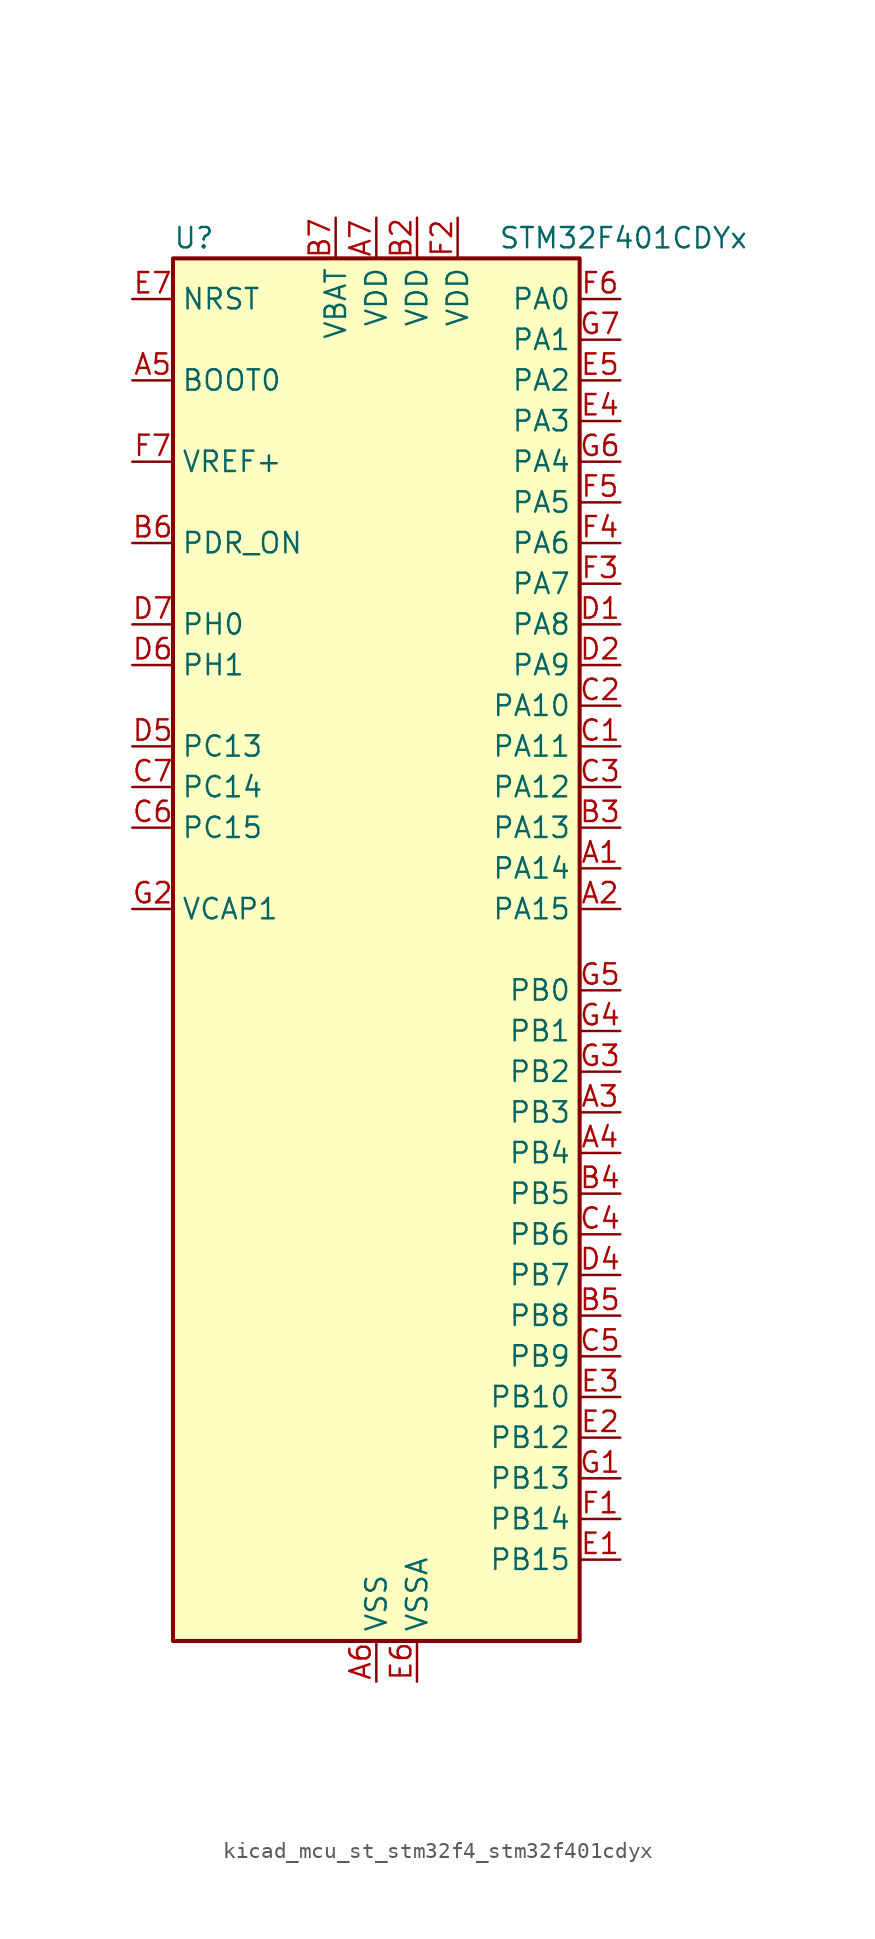
<source format=kicad_sym>
(kicad_symbol_lib
  (version 20220914)
  (generator kicad_symbol_editor)
  (symbol "kicad_mcu_st_stm32f4_stm32f401cdyx"
    (property "Reference" "U"
      (at -12.7 44.45 0)
      (effects (font (size 1.27 1.27)) (justify left)))
    (property "Value" "STM32F401CDYx"
      (at 7.62 44.45 0)
      (effects (font (size 1.27 1.27)) (justify left)))
    (property "ki_locked" ""
      (at 0 0 0)
      (effects (font (size 1.27 1.27))))
    (symbol "kicad_mcu_st_stm32f4_stm32f401cdyx_0_1"
      (rectangle (start -12.7 -43.18) (end 12.7 43.18) (stroke (width 0.254) (type default)) (fill (type background))))
    (symbol "kicad_mcu_st_stm32f4_stm32f401cdyx_1_1"
      (pin bidirectional line (at 15.24 5.08 180) (length 2.54) (name "PA14" (effects (font (size 1.27 1.27)))) (number "A1" (effects (font (size 1.27 1.27)))) (alternate "SYS_JTCK-SWCLK" bidirectional line))
      (pin bidirectional line (at 15.24 2.54 180) (length 2.54) (name "PA15" (effects (font (size 1.27 1.27)))) (number "A2" (effects (font (size 1.27 1.27)))) (alternate "ADC1_EXTI15" bidirectional line) (alternate "I2S3_WS" bidirectional line) (alternate "SPI1_NSS" bidirectional line) (alternate "SPI3_NSS" bidirectional line) (alternate "SYS_JTDI" bidirectional line) (alternate "TIM2_CH1" bidirectional line) (alternate "TIM2_ETR" bidirectional line))
      (pin bidirectional line (at 15.24 -10.16 180) (length 2.54) (name "PB3" (effects (font (size 1.27 1.27)))) (number "A3" (effects (font (size 1.27 1.27)))) (alternate "I2C2_SDA" bidirectional line) (alternate "I2S3_CK" bidirectional line) (alternate "SPI1_SCK" bidirectional line) (alternate "SPI3_SCK" bidirectional line) (alternate "SYS_JTDO-SWO" bidirectional line) (alternate "TIM2_CH2" bidirectional line))
      (pin bidirectional line (at 15.24 -12.7 180) (length 2.54) (name "PB4" (effects (font (size 1.27 1.27)))) (number "A4" (effects (font (size 1.27 1.27)))) (alternate "I2C3_SDA" bidirectional line) (alternate "I2S3_ext_SD" bidirectional line) (alternate "SPI1_MISO" bidirectional line) (alternate "SPI3_MISO" bidirectional line) (alternate "SYS_JTRST" bidirectional line) (alternate "TIM3_CH1" bidirectional line))
      (pin input line (at -15.24 35.56 0) (length 2.54) (name "BOOT0" (effects (font (size 1.27 1.27)))) (number "A5" (effects (font (size 1.27 1.27)))))
      (pin power_in line (at 0 -45.72 90) (length 2.54) (name "VSS" (effects (font (size 1.27 1.27)))) (number "A6" (effects (font (size 1.27 1.27)))))
      (pin power_in line (at 0 45.72 270) (length 2.54) (name "VDD" (effects (font (size 1.27 1.27)))) (number "A7" (effects (font (size 1.27 1.27)))))
      (pin passive line (at 0 -45.72 90) (length 2.54) hide (name "VSS" (effects (font (size 1.27 1.27)))) (number "B1" (effects (font (size 1.27 1.27)))))
      (pin power_in line (at 2.54 45.72 270) (length 2.54) (name "VDD" (effects (font (size 1.27 1.27)))) (number "B2" (effects (font (size 1.27 1.27)))))
      (pin bidirectional line (at 15.24 7.62 180) (length 2.54) (name "PA13" (effects (font (size 1.27 1.27)))) (number "B3" (effects (font (size 1.27 1.27)))) (alternate "SYS_JTMS-SWDIO" bidirectional line))
      (pin bidirectional line (at 15.24 -15.24 180) (length 2.54) (name "PB5" (effects (font (size 1.27 1.27)))) (number "B4" (effects (font (size 1.27 1.27)))) (alternate "I2C1_SMBA" bidirectional line) (alternate "I2S3_SD" bidirectional line) (alternate "SPI1_MOSI" bidirectional line) (alternate "SPI3_MOSI" bidirectional line) (alternate "TIM3_CH2" bidirectional line))
      (pin bidirectional line (at 15.24 -22.86 180) (length 2.54) (name "PB8" (effects (font (size 1.27 1.27)))) (number "B5" (effects (font (size 1.27 1.27)))) (alternate "I2C1_SCL" bidirectional line) (alternate "TIM10_CH1" bidirectional line) (alternate "TIM4_CH3" bidirectional line))
      (pin input line (at -15.24 25.4 0) (length 2.54) (name "PDR_ON" (effects (font (size 1.27 1.27)))) (number "B6" (effects (font (size 1.27 1.27)))))
      (pin power_in line (at -2.54 45.72 270) (length 2.54) (name "VBAT" (effects (font (size 1.27 1.27)))) (number "B7" (effects (font (size 1.27 1.27)))))
      (pin bidirectional line (at 15.24 12.7 180) (length 2.54) (name "PA11" (effects (font (size 1.27 1.27)))) (number "C1" (effects (font (size 1.27 1.27)))) (alternate "ADC1_EXTI11" bidirectional line) (alternate "TIM1_CH4" bidirectional line) (alternate "USART1_CTS" bidirectional line) (alternate "USART6_TX" bidirectional line) (alternate "USB_OTG_FS_DM" bidirectional line))
      (pin bidirectional line (at 15.24 15.24 180) (length 2.54) (name "PA10" (effects (font (size 1.27 1.27)))) (number "C2" (effects (font (size 1.27 1.27)))) (alternate "TIM1_CH3" bidirectional line) (alternate "USART1_RX" bidirectional line) (alternate "USB_OTG_FS_ID" bidirectional line))
      (pin bidirectional line (at 15.24 10.16 180) (length 2.54) (name "PA12" (effects (font (size 1.27 1.27)))) (number "C3" (effects (font (size 1.27 1.27)))) (alternate "TIM1_ETR" bidirectional line) (alternate "USART1_RTS" bidirectional line) (alternate "USART6_RX" bidirectional line) (alternate "USB_OTG_FS_DP" bidirectional line))
      (pin bidirectional line (at 15.24 -17.78 180) (length 2.54) (name "PB6" (effects (font (size 1.27 1.27)))) (number "C4" (effects (font (size 1.27 1.27)))) (alternate "I2C1_SCL" bidirectional line) (alternate "TIM4_CH1" bidirectional line) (alternate "USART1_TX" bidirectional line))
      (pin bidirectional line (at 15.24 -25.4 180) (length 2.54) (name "PB9" (effects (font (size 1.27 1.27)))) (number "C5" (effects (font (size 1.27 1.27)))) (alternate "I2C1_SDA" bidirectional line) (alternate "I2S2_WS" bidirectional line) (alternate "SPI2_NSS" bidirectional line) (alternate "TIM11_CH1" bidirectional line) (alternate "TIM4_CH4" bidirectional line))
      (pin bidirectional line (at -15.24 7.62 0) (length 2.54) (name "PC15" (effects (font (size 1.27 1.27)))) (number "C6" (effects (font (size 1.27 1.27)))) (alternate "ADC1_EXTI15" bidirectional line) (alternate "RCC_OSC32_OUT" bidirectional line))
      (pin bidirectional line (at -15.24 10.16 0) (length 2.54) (name "PC14" (effects (font (size 1.27 1.27)))) (number "C7" (effects (font (size 1.27 1.27)))) (alternate "RCC_OSC32_IN" bidirectional line))
      (pin bidirectional line (at 15.24 20.32 180) (length 2.54) (name "PA8" (effects (font (size 1.27 1.27)))) (number "D1" (effects (font (size 1.27 1.27)))) (alternate "I2C3_SCL" bidirectional line) (alternate "RCC_MCO_1" bidirectional line) (alternate "TIM1_CH1" bidirectional line) (alternate "USART1_CK" bidirectional line) (alternate "USB_OTG_FS_SOF" bidirectional line))
      (pin bidirectional line (at 15.24 17.78 180) (length 2.54) (name "PA9" (effects (font (size 1.27 1.27)))) (number "D2" (effects (font (size 1.27 1.27)))) (alternate "I2C3_SMBA" bidirectional line) (alternate "TIM1_CH2" bidirectional line) (alternate "USART1_TX" bidirectional line) (alternate "USB_OTG_FS_VBUS" bidirectional line))
      (pin passive line (at 0 -45.72 90) (length 2.54) hide (name "VSS" (effects (font (size 1.27 1.27)))) (number "D3" (effects (font (size 1.27 1.27)))))
      (pin bidirectional line (at 15.24 -20.32 180) (length 2.54) (name "PB7" (effects (font (size 1.27 1.27)))) (number "D4" (effects (font (size 1.27 1.27)))) (alternate "I2C1_SDA" bidirectional line) (alternate "TIM4_CH2" bidirectional line) (alternate "USART1_RX" bidirectional line))
      (pin bidirectional line (at -15.24 12.7 0) (length 2.54) (name "PC13" (effects (font (size 1.27 1.27)))) (number "D5" (effects (font (size 1.27 1.27)))) (alternate "RTC_AF1" bidirectional line))
      (pin bidirectional line (at -15.24 17.78 0) (length 2.54) (name "PH1" (effects (font (size 1.27 1.27)))) (number "D6" (effects (font (size 1.27 1.27)))) (alternate "RCC_OSC_OUT" bidirectional line))
      (pin bidirectional line (at -15.24 20.32 0) (length 2.54) (name "PH0" (effects (font (size 1.27 1.27)))) (number "D7" (effects (font (size 1.27 1.27)))) (alternate "RCC_OSC_IN" bidirectional line))
      (pin bidirectional line (at 15.24 -38.1 180) (length 2.54) (name "PB15" (effects (font (size 1.27 1.27)))) (number "E1" (effects (font (size 1.27 1.27)))) (alternate "ADC1_EXTI15" bidirectional line) (alternate "I2S2_SD" bidirectional line) (alternate "RTC_REFIN" bidirectional line) (alternate "SPI2_MOSI" bidirectional line) (alternate "TIM1_CH3N" bidirectional line))
      (pin bidirectional line (at 15.24 -30.48 180) (length 2.54) (name "PB12" (effects (font (size 1.27 1.27)))) (number "E2" (effects (font (size 1.27 1.27)))) (alternate "I2C2_SMBA" bidirectional line) (alternate "I2S2_WS" bidirectional line) (alternate "SPI2_NSS" bidirectional line) (alternate "TIM1_BKIN" bidirectional line))
      (pin bidirectional line (at 15.24 -27.94 180) (length 2.54) (name "PB10" (effects (font (size 1.27 1.27)))) (number "E3" (effects (font (size 1.27 1.27)))) (alternate "I2C2_SCL" bidirectional line) (alternate "I2S2_CK" bidirectional line) (alternate "SPI2_SCK" bidirectional line) (alternate "TIM2_CH3" bidirectional line))
      (pin bidirectional line (at 15.24 33.02 180) (length 2.54) (name "PA3" (effects (font (size 1.27 1.27)))) (number "E4" (effects (font (size 1.27 1.27)))) (alternate "ADC1_IN3" bidirectional line) (alternate "TIM2_CH4" bidirectional line) (alternate "TIM5_CH4" bidirectional line) (alternate "TIM9_CH2" bidirectional line) (alternate "USART2_RX" bidirectional line))
      (pin bidirectional line (at 15.24 35.56 180) (length 2.54) (name "PA2" (effects (font (size 1.27 1.27)))) (number "E5" (effects (font (size 1.27 1.27)))) (alternate "ADC1_IN2" bidirectional line) (alternate "TIM2_CH3" bidirectional line) (alternate "TIM5_CH3" bidirectional line) (alternate "TIM9_CH1" bidirectional line) (alternate "USART2_TX" bidirectional line))
      (pin power_in line (at 2.54 -45.72 90) (length 2.54) (name "VSSA" (effects (font (size 1.27 1.27)))) (number "E6" (effects (font (size 1.27 1.27)))))
      (pin input line (at -15.24 40.64 0) (length 2.54) (name "NRST" (effects (font (size 1.27 1.27)))) (number "E7" (effects (font (size 1.27 1.27)))))
      (pin bidirectional line (at 15.24 -35.56 180) (length 2.54) (name "PB14" (effects (font (size 1.27 1.27)))) (number "F1" (effects (font (size 1.27 1.27)))) (alternate "I2S2_ext_SD" bidirectional line) (alternate "SPI2_MISO" bidirectional line) (alternate "TIM1_CH2N" bidirectional line))
      (pin power_in line (at 5.08 45.72 270) (length 2.54) (name "VDD" (effects (font (size 1.27 1.27)))) (number "F2" (effects (font (size 1.27 1.27)))))
      (pin bidirectional line (at 15.24 22.86 180) (length 2.54) (name "PA7" (effects (font (size 1.27 1.27)))) (number "F3" (effects (font (size 1.27 1.27)))) (alternate "ADC1_IN7" bidirectional line) (alternate "SPI1_MOSI" bidirectional line) (alternate "TIM1_CH1N" bidirectional line) (alternate "TIM3_CH2" bidirectional line))
      (pin bidirectional line (at 15.24 25.4 180) (length 2.54) (name "PA6" (effects (font (size 1.27 1.27)))) (number "F4" (effects (font (size 1.27 1.27)))) (alternate "ADC1_IN6" bidirectional line) (alternate "SPI1_MISO" bidirectional line) (alternate "TIM1_BKIN" bidirectional line) (alternate "TIM3_CH1" bidirectional line))
      (pin bidirectional line (at 15.24 27.94 180) (length 2.54) (name "PA5" (effects (font (size 1.27 1.27)))) (number "F5" (effects (font (size 1.27 1.27)))) (alternate "ADC1_IN5" bidirectional line) (alternate "SPI1_SCK" bidirectional line) (alternate "TIM2_CH1" bidirectional line) (alternate "TIM2_ETR" bidirectional line))
      (pin bidirectional line (at 15.24 40.64 180) (length 2.54) (name "PA0" (effects (font (size 1.27 1.27)))) (number "F6" (effects (font (size 1.27 1.27)))) (alternate "ADC1_IN0" bidirectional line) (alternate "SYS_WKUP" bidirectional line) (alternate "TIM2_CH1" bidirectional line) (alternate "TIM2_ETR" bidirectional line) (alternate "TIM5_CH1" bidirectional line) (alternate "USART2_CTS" bidirectional line))
      (pin input line (at -15.24 30.48 0) (length 2.54) (name "VREF+" (effects (font (size 1.27 1.27)))) (number "F7" (effects (font (size 1.27 1.27)))))
      (pin bidirectional line (at 15.24 -33.02 180) (length 2.54) (name "PB13" (effects (font (size 1.27 1.27)))) (number "G1" (effects (font (size 1.27 1.27)))) (alternate "I2S2_CK" bidirectional line) (alternate "SPI2_SCK" bidirectional line) (alternate "TIM1_CH1N" bidirectional line))
      (pin power_out line (at -15.24 2.54 0) (length 2.54) (name "VCAP1" (effects (font (size 1.27 1.27)))) (number "G2" (effects (font (size 1.27 1.27)))))
      (pin bidirectional line (at 15.24 -7.62 180) (length 2.54) (name "PB2" (effects (font (size 1.27 1.27)))) (number "G3" (effects (font (size 1.27 1.27)))))
      (pin bidirectional line (at 15.24 -5.08 180) (length 2.54) (name "PB1" (effects (font (size 1.27 1.27)))) (number "G4" (effects (font (size 1.27 1.27)))) (alternate "ADC1_IN9" bidirectional line) (alternate "TIM1_CH3N" bidirectional line) (alternate "TIM3_CH4" bidirectional line))
      (pin bidirectional line (at 15.24 -2.54 180) (length 2.54) (name "PB0" (effects (font (size 1.27 1.27)))) (number "G5" (effects (font (size 1.27 1.27)))) (alternate "ADC1_IN8" bidirectional line) (alternate "TIM1_CH2N" bidirectional line) (alternate "TIM3_CH3" bidirectional line))
      (pin bidirectional line (at 15.24 30.48 180) (length 2.54) (name "PA4" (effects (font (size 1.27 1.27)))) (number "G6" (effects (font (size 1.27 1.27)))) (alternate "ADC1_IN4" bidirectional line) (alternate "I2S3_WS" bidirectional line) (alternate "SPI1_NSS" bidirectional line) (alternate "SPI3_NSS" bidirectional line) (alternate "USART2_CK" bidirectional line))
      (pin bidirectional line (at 15.24 38.1 180) (length 2.54) (name "PA1" (effects (font (size 1.27 1.27)))) (number "G7" (effects (font (size 1.27 1.27)))) (alternate "ADC1_IN1" bidirectional line) (alternate "TIM2_CH2" bidirectional line) (alternate "TIM5_CH2" bidirectional line) (alternate "USART2_RTS" bidirectional line)))))
</source>
